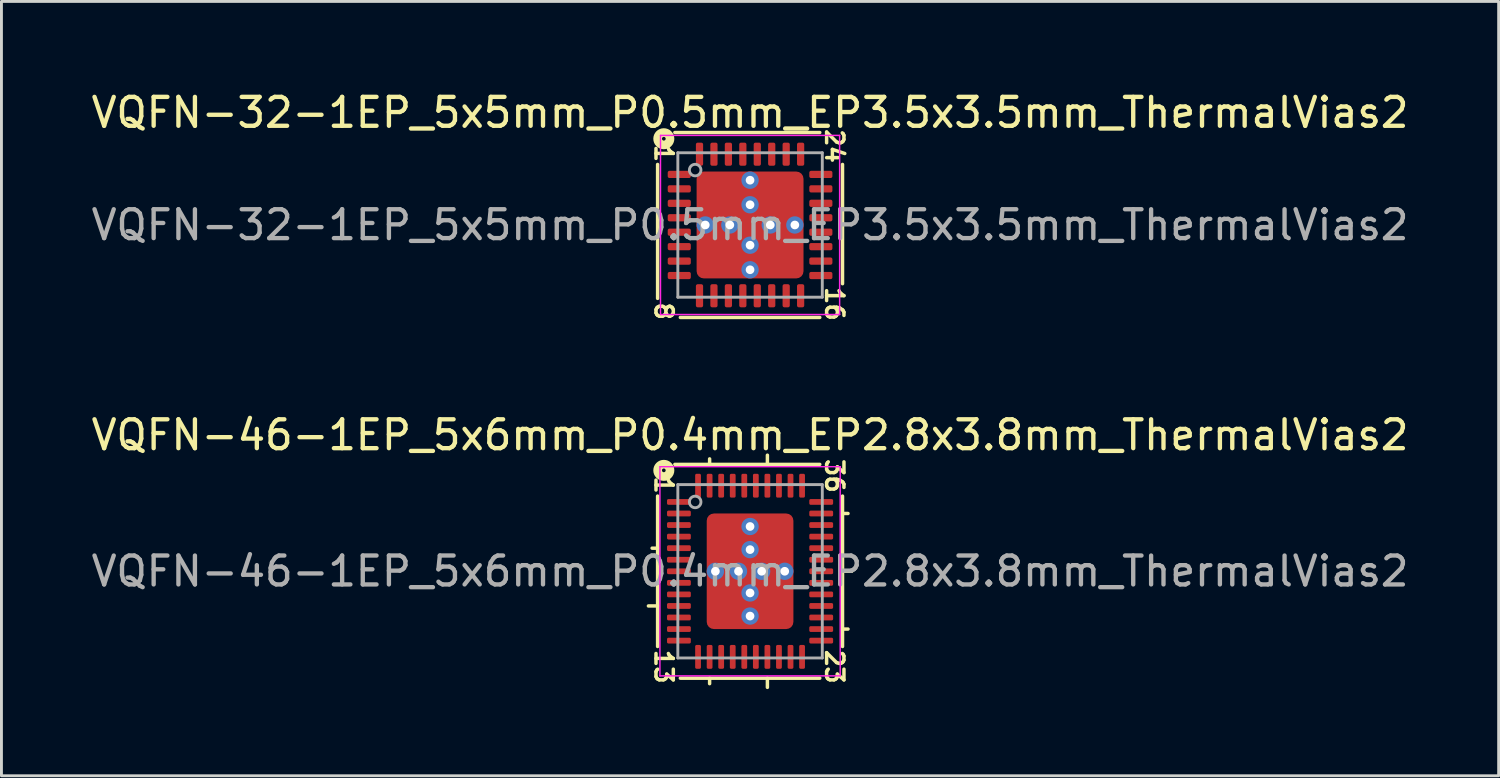
<source format=kicad_pcb>
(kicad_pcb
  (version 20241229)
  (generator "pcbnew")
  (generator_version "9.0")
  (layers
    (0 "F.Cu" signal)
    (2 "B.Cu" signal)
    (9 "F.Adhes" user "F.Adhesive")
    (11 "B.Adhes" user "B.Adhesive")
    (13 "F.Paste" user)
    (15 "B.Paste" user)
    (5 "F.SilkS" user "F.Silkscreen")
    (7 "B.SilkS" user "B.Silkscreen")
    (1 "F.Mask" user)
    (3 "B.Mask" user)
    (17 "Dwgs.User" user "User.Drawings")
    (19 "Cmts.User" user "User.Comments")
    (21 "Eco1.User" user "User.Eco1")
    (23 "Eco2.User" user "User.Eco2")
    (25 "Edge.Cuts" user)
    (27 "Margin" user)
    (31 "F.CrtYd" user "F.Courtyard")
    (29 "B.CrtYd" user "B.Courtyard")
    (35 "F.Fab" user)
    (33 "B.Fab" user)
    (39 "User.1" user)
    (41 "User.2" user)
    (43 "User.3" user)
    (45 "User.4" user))
  (footprint "VQFN-32-1EP_5x5mm_P0.5mm_EP3.5x3.5mm_ThermalVias2"
    (layer "F.Cu")
    (at 22.911 4.737)
    (property "Reference" "VQFN-32-1EP_5x5mm_P0.5mm_EP3.5x3.5mm_ThermalVias2" (at 0 -3.889 0) (layer "F.SilkS") (effects (font (size 1 1) (thickness 0.15))))
    (attr smd)
    (fp_line (start -3.2 -2.095) (end -3.2 2.54) (stroke (width 0.12) (type solid)) (layer "F.SilkS"))
    (fp_line (start -2.413 3.2) (end 2.413 3.2) (stroke (width 0.12) (type solid)) (layer "F.SilkS"))
    (fp_line (start 2.413 -3.2) (end -2.603 -3.2) (stroke (width 0.12) (type solid)) (layer "F.SilkS"))
    (fp_line (start 3.2 2.032) (end 3.2 -2.095) (stroke (width 0.12) (type solid)) (layer "F.SilkS"))
    (fp_circle (center -2.985 -2.985) (end -2.921 -2.985) (stroke (width 0.3) (type solid)) (fill no) (layer "F.SilkS"))
    (fp_line (start -3.1 -3.1) (end -3.1 3.1) (stroke (width 0.05) (type solid)) (layer "F.CrtYd"))
    (fp_line (start -3.1 3.1) (end 3.1 3.1) (stroke (width 0.05) (type solid)) (layer "F.CrtYd"))
    (fp_line (start 3.1 -3.1) (end -3.1 -3.1) (stroke (width 0.05) (type solid)) (layer "F.CrtYd"))
    (fp_line (start 3.1 3.1) (end 3.1 -3.1) (stroke (width 0.05) (type solid)) (layer "F.CrtYd"))
    (fp_line (start -2.5 -2.5) (end 2.5 -2.5) (stroke (width 0.1) (type solid)) (layer "F.Fab"))
    (fp_line (start -2.5 2.5) (end -2.5 -2.5) (stroke (width 0.1) (type solid)) (layer "F.Fab"))
    (fp_line (start 2.5 -2.5) (end 2.5 2.5) (stroke (width 0.1) (type solid)) (layer "F.Fab"))
    (fp_line (start 2.5 2.5) (end -2.5 2.5) (stroke (width 0.1) (type solid)) (layer "F.Fab"))
    (fp_circle (center -1.9 -1.9) (end -1.7 -1.9) (stroke (width 0.1) (type solid)) (fill no) (layer "F.Fab"))
    (fp_text user "16" (at 2.921 2.731 270) (unlocked yes) (layer "F.SilkS") (effects (font (size 0.6 0.6) (thickness 0.12))))
    (fp_text user "24" (at 2.921 -2.731 270) (unlocked yes) (layer "F.SilkS") (effects (font (size 0.6 0.6) (thickness 0.12))))
    (fp_text user "8" (at -2.985 2.985 270) (unlocked yes) (layer "F.SilkS") (effects (font (size 0.6 0.6) (thickness 0.12))))
    (fp_text user "1" (at -2.985 -2.477 270) (unlocked yes) (layer "F.SilkS") (effects (font (size 0.6 0.6) (thickness 0.12))))
    (fp_text user "${REFERENCE}" (at 0 0 0) (layer "F.Fab") (effects (font (size 1 1) (thickness 0.15))))
    (pad "" smd roundrect (at -1.375 -1.375) (size 0.5 0.5) (layers "F.Paste") (roundrect_rratio 0.25))
    (pad "" smd roundrect (at -1.375 -0.675) (size 0.5 0.5) (layers "F.Paste") (roundrect_rratio 0.25))
    (pad "" smd roundrect (at -1.375 0.675) (size 0.5 0.5) (layers "F.Paste") (roundrect_rratio 0.25))
    (pad "" smd roundrect (at -1.375 1.375) (size 0.5 0.5) (layers "F.Paste") (roundrect_rratio 0.25))
    (pad "" smd roundrect (at -1.025 -1.025 90) (size 1.45 1.45) (layers "F.Mask") (roundrect_rratio 0.172))
    (pad "" smd roundrect (at -1.025 1.025 90) (size 1.45 1.45) (layers "F.Mask") (roundrect_rratio 0.172))
    (pad "" smd roundrect (at -0.675 -1.375) (size 0.5 0.5) (layers "F.Paste") (roundrect_rratio 0.25))
    (pad "" smd roundrect (at -0.675 -0.675) (size 0.5 0.5) (layers "F.Paste") (roundrect_rratio 0.25))
    (pad "" smd roundrect (at -0.675 0.675) (size 0.5 0.5) (layers "F.Paste") (roundrect_rratio 0.25))
    (pad "" smd roundrect (at -0.675 1.375) (size 0.5 0.5) (layers "F.Paste") (roundrect_rratio 0.25))
    (pad "" smd roundrect (at 0.675 -1.375) (size 0.5 0.5) (layers "F.Paste") (roundrect_rratio 0.25))
    (pad "" smd roundrect (at 0.675 -0.675) (size 0.5 0.5) (layers "F.Paste") (roundrect_rratio 0.25))
    (pad "" smd roundrect (at 0.675 0.675) (size 0.5 0.5) (layers "F.Paste") (roundrect_rratio 0.25))
    (pad "" smd roundrect (at 0.675 1.375) (size 0.5 0.5) (layers "F.Paste") (roundrect_rratio 0.25))
    (pad "" smd roundrect (at 1.025 -1.025 90) (size 1.45 1.45) (layers "F.Mask") (roundrect_rratio 0.172))
    (pad "" smd roundrect (at 1.025 1.025 90) (size 1.45 1.45) (layers "F.Mask") (roundrect_rratio 0.172))
    (pad "" smd roundrect (at 1.375 -1.375) (size 0.5 0.5) (layers "F.Paste") (roundrect_rratio 0.25))
    (pad "" smd roundrect (at 1.375 -0.675) (size 0.5 0.5) (layers "F.Paste") (roundrect_rratio 0.25))
    (pad "" smd roundrect (at 1.375 0.675) (size 0.5 0.5) (layers "F.Paste") (roundrect_rratio 0.25))
    (pad "" smd roundrect (at 1.375 1.375) (size 0.5 0.5) (layers "F.Paste") (roundrect_rratio 0.25))
    (pad "1" smd roundrect (at -2.45 -1.75) (size 0.8 0.25) (layers "F.Cu" "F.Mask" "F.Paste") (roundrect_rratio 0.25))
    (pad "2" smd roundrect (at -2.45 -1.25) (size 0.8 0.25) (layers "F.Cu" "F.Mask" "F.Paste") (roundrect_rratio 0.25))
    (pad "3" smd roundrect (at -2.45 -0.75) (size 0.8 0.25) (layers "F.Cu" "F.Mask" "F.Paste") (roundrect_rratio 0.25))
    (pad "4" smd roundrect (at -2.45 -0.25) (size 0.8 0.25) (layers "F.Cu" "F.Mask" "F.Paste") (roundrect_rratio 0.25))
    (pad "5" smd roundrect (at -2.45 0.25) (size 0.8 0.25) (layers "F.Cu" "F.Mask" "F.Paste") (roundrect_rratio 0.25))
    (pad "6" smd roundrect (at -2.45 0.75) (size 0.8 0.25) (layers "F.Cu" "F.Mask" "F.Paste") (roundrect_rratio 0.25))
    (pad "7" smd roundrect (at -2.45 1.25) (size 0.8 0.25) (layers "F.Cu" "F.Mask" "F.Paste") (roundrect_rratio 0.25))
    (pad "8" smd roundrect (at -2.45 1.75) (size 0.8 0.25) (layers "F.Cu" "F.Mask" "F.Paste") (roundrect_rratio 0.25))
    (pad "9" smd roundrect (at -1.75 2.45) (size 0.25 0.8) (layers "F.Cu" "F.Mask" "F.Paste") (roundrect_rratio 0.25))
    (pad "10" smd roundrect (at -1.25 2.45) (size 0.25 0.8) (layers "F.Cu" "F.Mask" "F.Paste") (roundrect_rratio 0.25))
    (pad "11" smd roundrect (at -0.75 2.45) (size 0.25 0.8) (layers "F.Cu" "F.Mask" "F.Paste") (roundrect_rratio 0.25))
    (pad "12" smd roundrect (at -0.25 2.45) (size 0.25 0.8) (layers "F.Cu" "F.Mask" "F.Paste") (roundrect_rratio 0.25))
    (pad "13" smd roundrect (at 0.25 2.45) (size 0.25 0.8) (layers "F.Cu" "F.Mask" "F.Paste") (roundrect_rratio 0.25))
    (pad "14" smd roundrect (at 0.75 2.45) (size 0.25 0.8) (layers "F.Cu" "F.Mask" "F.Paste") (roundrect_rratio 0.25))
    (pad "15" smd roundrect (at 1.25 2.45) (size 0.25 0.8) (layers "F.Cu" "F.Mask" "F.Paste") (roundrect_rratio 0.25))
    (pad "16" smd roundrect (at 1.75 2.45) (size 0.25 0.8) (layers "F.Cu" "F.Mask" "F.Paste") (roundrect_rratio 0.25))
    (pad "17" smd roundrect (at 2.45 1.75) (size 0.8 0.25) (layers "F.Cu" "F.Mask" "F.Paste") (roundrect_rratio 0.25))
    (pad "18" smd roundrect (at 2.45 1.25) (size 0.8 0.25) (layers "F.Cu" "F.Mask" "F.Paste") (roundrect_rratio 0.25))
    (pad "19" smd roundrect (at 2.45 0.75) (size 0.8 0.25) (layers "F.Cu" "F.Mask" "F.Paste") (roundrect_rratio 0.25))
    (pad "20" smd roundrect (at 2.45 0.25) (size 0.8 0.25) (layers "F.Cu" "F.Mask" "F.Paste") (roundrect_rratio 0.25))
    (pad "21" smd roundrect (at 2.45 -0.25) (size 0.8 0.25) (layers "F.Cu" "F.Mask" "F.Paste") (roundrect_rratio 0.25))
    (pad "22" smd roundrect (at 2.45 -0.75) (size 0.8 0.25) (layers "F.Cu" "F.Mask" "F.Paste") (roundrect_rratio 0.25))
    (pad "23" smd roundrect (at 2.45 -1.25) (size 0.8 0.25) (layers "F.Cu" "F.Mask" "F.Paste") (roundrect_rratio 0.25))
    (pad "24" smd roundrect (at 2.45 -1.75) (size 0.8 0.25) (layers "F.Cu" "F.Mask" "F.Paste") (roundrect_rratio 0.25))
    (pad "25" smd roundrect (at 1.75 -2.45) (size 0.25 0.8) (layers "F.Cu" "F.Mask" "F.Paste") (roundrect_rratio 0.25))
    (pad "26" smd roundrect (at 1.25 -2.45) (size 0.25 0.8) (layers "F.Cu" "F.Mask" "F.Paste") (roundrect_rratio 0.25))
    (pad "27" smd roundrect (at 0.75 -2.45) (size 0.25 0.8) (layers "F.Cu" "F.Mask" "F.Paste") (roundrect_rratio 0.25))
    (pad "28" smd roundrect (at 0.25 -2.45) (size 0.25 0.8) (layers "F.Cu" "F.Mask" "F.Paste") (roundrect_rratio 0.25))
    (pad "29" smd roundrect (at -0.25 -2.45) (size 0.25 0.8) (layers "F.Cu" "F.Mask" "F.Paste") (roundrect_rratio 0.25))
    (pad "30" smd roundrect (at -0.75 -2.45) (size 0.25 0.8) (layers "F.Cu" "F.Mask" "F.Paste") (roundrect_rratio 0.25))
    (pad "31" smd roundrect (at -1.25 -2.45) (size 0.25 0.8) (layers "F.Cu" "F.Mask" "F.Paste") (roundrect_rratio 0.25))
    (pad "32" smd roundrect (at -1.75 -2.45) (size 0.25 0.8) (layers "F.Cu" "F.Mask" "F.Paste") (roundrect_rratio 0.25))
    (pad "33" thru_hole circle (at -1.55 0 270) (size 0.6 0.6) (drill 0.3) (property pad_prop_heatsink) (layers "*.Cu" "*.Mask"))
    (pad "33" thru_hole circle (at -0.7 0 270) (size 0.6 0.6) (drill 0.3) (property pad_prop_heatsink) (layers "*.Cu" "*.Mask"))
    (pad "33" thru_hole circle (at 0 -1.55 180) (size 0.6 0.6) (drill 0.3) (property pad_prop_heatsink) (layers "*.Cu" "*.Mask"))
    (pad "33" thru_hole circle (at 0 -0.7 180) (size 0.6 0.6) (drill 0.3) (property pad_prop_heatsink) (layers "*.Cu" "*.Mask"))
    (pad "33" smd roundrect (at 0 0) (size 3.7 3.7) (layers "F.Cu") (roundrect_rratio 0.068))
    (pad "33" thru_hole circle (at 0 0.7 180) (size 0.6 0.6) (drill 0.3) (property pad_prop_heatsink) (layers "*.Cu" "*.Mask"))
    (pad "33" thru_hole circle (at 0 1.55 180) (size 0.6 0.6) (drill 0.3) (property pad_prop_heatsink) (layers "*.Cu" "*.Mask"))
    (pad "33" thru_hole circle (at 0.7 0 90) (size 0.6 0.6) (drill 0.3) (property pad_prop_heatsink) (layers "*.Cu" "*.Mask"))
    (pad "33" thru_hole circle (at 1.55 0 90) (size 0.6 0.6) (drill 0.3) (property pad_prop_heatsink) (layers "*.Cu" "*.Mask")))
  (footprint "VQFN-46-1EP_5x6mm_P0.4mm_EP2.8x3.8mm_ThermalVias2"
    (layer "F.Cu")
    (at 22.911 16.723)
    (property "Reference" "VQFN-46-1EP_5x6mm_P0.4mm_EP2.8x3.8mm_ThermalVias2" (at 0 -4.716 0) (layer "F.SilkS") (effects (font (size 1 1) (thickness 0.15))))
    (attr smd)
    (fp_line (start -3.2 -2.603) (end -3.2 2.603) (stroke (width 0.12) (type solid)) (layer "F.SilkS"))
    (fp_line (start -3.2 -0.8) (end -3.39 -0.8) (stroke (width 0.12) (type solid)) (layer "F.SilkS"))
    (fp_line (start -3.2 1.2) (end -3.518 1.2) (stroke (width 0.12) (type solid)) (layer "F.SilkS"))
    (fp_line (start -2.413 3.7) (end 2.413 3.7) (stroke (width 0.12) (type solid)) (layer "F.SilkS"))
    (fp_line (start -1.4 -3.7) (end -1.4 -3.89) (stroke (width 0.12) (type solid)) (layer "F.SilkS"))
    (fp_line (start -1.4 3.7) (end -1.4 3.89) (stroke (width 0.12) (type solid)) (layer "F.SilkS"))
    (fp_line (start 0.6 -3.7) (end 0.6 -4.018) (stroke (width 0.12) (type solid)) (layer "F.SilkS"))
    (fp_line (start 0.6 3.7) (end 0.6 4.018) (stroke (width 0.12) (type solid)) (layer "F.SilkS"))
    (fp_line (start 2.413 -3.7) (end -2.603 -3.7) (stroke (width 0.12) (type solid)) (layer "F.SilkS"))
    (fp_line (start 3.2 -2) (end 3.39 -2) (stroke (width 0.12) (type solid)) (layer "F.SilkS"))
    (fp_line (start 3.2 0) (end 3.518 0) (stroke (width 0.12) (type solid)) (layer "F.SilkS"))
    (fp_line (start 3.2 2) (end 3.39 2) (stroke (width 0.12) (type solid)) (layer "F.SilkS"))
    (fp_line (start 3.2 2.603) (end 3.2 -2.603) (stroke (width 0.12) (type solid)) (layer "F.SilkS"))
    (fp_circle (center -2.985 -3.493) (end -2.921 -3.493) (stroke (width 0.3) (type solid)) (fill no) (layer "F.SilkS"))
    (fp_line (start -3.12 -3.62) (end -3.12 3.62) (stroke (width 0.05) (type solid)) (layer "F.CrtYd"))
    (fp_line (start -3.12 3.62) (end 3.12 3.62) (stroke (width 0.05) (type solid)) (layer "F.CrtYd"))
    (fp_line (start 3.12 -3.62) (end -3.12 -3.62) (stroke (width 0.05) (type solid)) (layer "F.CrtYd"))
    (fp_line (start 3.12 3.62) (end 3.12 -3.62) (stroke (width 0.05) (type solid)) (layer "F.CrtYd"))
    (fp_line (start -2.5 -3) (end 2.5 -3) (stroke (width 0.1) (type solid)) (layer "F.Fab"))
    (fp_line (start -2.5 3) (end -2.5 -3) (stroke (width 0.1) (type solid)) (layer "F.Fab"))
    (fp_line (start 2.5 -3) (end 2.5 3) (stroke (width 0.1) (type solid)) (layer "F.Fab"))
    (fp_line (start 2.5 3) (end -2.5 3) (stroke (width 0.1) (type solid)) (layer "F.Fab"))
    (fp_circle (center -1.9 -2.4) (end -1.7 -2.4) (stroke (width 0.1) (type solid)) (fill no) (layer "F.Fab"))
    (fp_text user "23" (at 2.921 3.302 270) (unlocked yes) (layer "F.SilkS") (effects (font (size 0.6 0.6) (thickness 0.12))))
    (fp_text user "13" (at -2.985 3.302 270) (unlocked yes) (layer "F.SilkS") (effects (font (size 0.6 0.6) (thickness 0.12))))
    (fp_text user "1" (at -2.985 -2.985 270) (unlocked yes) (layer "F.SilkS") (effects (font (size 0.6 0.6) (thickness 0.12))))
    (fp_text user "36" (at 2.921 -3.302 270) (unlocked yes) (layer "F.SilkS") (effects (font (size 0.6 0.6) (thickness 0.12))))
    (fp_text user "${REFERENCE}" (at 0 0 0) (layer "F.Fab") (effects (font (size 1 1) (thickness 0.15))))
    (pad "" smd roundrect (at -0.85 -1.475) (size 0.8 0.55) (layers "F.Paste") (roundrect_rratio 0.25))
    (pad "" smd roundrect (at -0.85 -1.1 90) (size 1.6 1.1) (layers "F.Mask") (roundrect_rratio 0.227))
    (pad "" smd roundrect (at -0.85 -0.725) (size 0.8 0.55) (layers "F.Paste") (roundrect_rratio 0.25))
    (pad "" smd roundrect (at -0.85 0.725) (size 0.8 0.55) (layers "F.Paste") (roundrect_rratio 0.25))
    (pad "" smd roundrect (at -0.85 1.1 90) (size 1.6 1.1) (layers "F.Mask") (roundrect_rratio 0.227))
    (pad "" smd roundrect (at -0.85 1.475) (size 0.8 0.55) (layers "F.Paste") (roundrect_rratio 0.25))
    (pad "" smd roundrect (at 0.85 -1.475) (size 0.8 0.55) (layers "F.Paste") (roundrect_rratio 0.25))
    (pad "" smd roundrect (at 0.85 -1.1 270) (size 1.6 1.1) (layers "F.Mask") (roundrect_rratio 0.227))
    (pad "" smd roundrect (at 0.85 -0.725) (size 0.8 0.55) (layers "F.Paste") (roundrect_rratio 0.25))
    (pad "" smd roundrect (at 0.85 0.725) (size 0.8 0.55) (layers "F.Paste") (roundrect_rratio 0.25))
    (pad "" smd roundrect (at 0.85 1.1 90) (size 1.6 1.1) (layers "F.Mask") (roundrect_rratio 0.227))
    (pad "" smd roundrect (at 0.85 1.475) (size 0.8 0.55) (layers "F.Paste") (roundrect_rratio 0.25))
    (pad "1" smd roundrect (at -2.462 -2.4) (size 0.825 0.2) (layers "F.Cu" "F.Mask" "F.Paste") (roundrect_rratio 0.25))
    (pad "2" smd roundrect (at -2.462 -2) (size 0.825 0.2) (layers "F.Cu" "F.Mask" "F.Paste") (roundrect_rratio 0.25))
    (pad "3" smd roundrect (at -2.462 -1.6) (size 0.825 0.2) (layers "F.Cu" "F.Mask" "F.Paste") (roundrect_rratio 0.25))
    (pad "4" smd roundrect (at -2.462 -1.2) (size 0.825 0.2) (layers "F.Cu" "F.Mask" "F.Paste") (roundrect_rratio 0.25))
    (pad "5" smd roundrect (at -2.462 -0.8) (size 0.825 0.2) (layers "F.Cu" "F.Mask" "F.Paste") (roundrect_rratio 0.25))
    (pad "6" smd roundrect (at -2.462 -0.4) (size 0.825 0.2) (layers "F.Cu" "F.Mask" "F.Paste") (roundrect_rratio 0.25))
    (pad "7" smd roundrect (at -2.462 0) (size 0.825 0.2) (layers "F.Cu" "F.Mask" "F.Paste") (roundrect_rratio 0.25))
    (pad "8" smd roundrect (at -2.462 0.4) (size 0.825 0.2) (layers "F.Cu" "F.Mask" "F.Paste") (roundrect_rratio 0.25))
    (pad "9" smd roundrect (at -2.462 0.8) (size 0.825 0.2) (layers "F.Cu" "F.Mask" "F.Paste") (roundrect_rratio 0.25))
    (pad "10" smd roundrect (at -2.462 1.2) (size 0.825 0.2) (layers "F.Cu" "F.Mask" "F.Paste") (roundrect_rratio 0.25))
    (pad "11" smd roundrect (at -2.462 1.6) (size 0.825 0.2) (layers "F.Cu" "F.Mask" "F.Paste") (roundrect_rratio 0.25))
    (pad "12" smd roundrect (at -2.462 2) (size 0.825 0.2) (layers "F.Cu" "F.Mask" "F.Paste") (roundrect_rratio 0.25))
    (pad "13" smd roundrect (at -2.462 2.4) (size 0.825 0.2) (layers "F.Cu" "F.Mask" "F.Paste") (roundrect_rratio 0.25))
    (pad "14" smd roundrect (at -1.8 2.962) (size 0.2 0.825) (layers "F.Cu" "F.Mask" "F.Paste") (roundrect_rratio 0.25))
    (pad "15" smd roundrect (at -1.4 2.962) (size 0.2 0.825) (layers "F.Cu" "F.Mask" "F.Paste") (roundrect_rratio 0.25))
    (pad "16" smd roundrect (at -1 2.962) (size 0.2 0.825) (layers "F.Cu" "F.Mask" "F.Paste") (roundrect_rratio 0.25))
    (pad "17" smd roundrect (at -0.6 2.962) (size 0.2 0.825) (layers "F.Cu" "F.Mask" "F.Paste") (roundrect_rratio 0.25))
    (pad "18" smd roundrect (at -0.2 2.962) (size 0.2 0.825) (layers "F.Cu" "F.Mask" "F.Paste") (roundrect_rratio 0.25))
    (pad "19" smd roundrect (at 0.2 2.962) (size 0.2 0.825) (layers "F.Cu" "F.Mask" "F.Paste") (roundrect_rratio 0.25))
    (pad "20" smd roundrect (at 0.6 2.962) (size 0.2 0.825) (layers "F.Cu" "F.Mask" "F.Paste") (roundrect_rratio 0.25))
    (pad "21" smd roundrect (at 1 2.962) (size 0.2 0.825) (layers "F.Cu" "F.Mask" "F.Paste") (roundrect_rratio 0.25))
    (pad "22" smd roundrect (at 1.4 2.962) (size 0.2 0.825) (layers "F.Cu" "F.Mask" "F.Paste") (roundrect_rratio 0.25))
    (pad "23" smd roundrect (at 1.8 2.962) (size 0.2 0.825) (layers "F.Cu" "F.Mask" "F.Paste") (roundrect_rratio 0.25))
    (pad "24" smd roundrect (at 2.462 2.4) (size 0.825 0.2) (layers "F.Cu" "F.Mask" "F.Paste") (roundrect_rratio 0.25))
    (pad "25" smd roundrect (at 2.462 2) (size 0.825 0.2) (layers "F.Cu" "F.Mask" "F.Paste") (roundrect_rratio 0.25))
    (pad "26" smd roundrect (at 2.462 1.6) (size 0.825 0.2) (layers "F.Cu" "F.Mask" "F.Paste") (roundrect_rratio 0.25))
    (pad "27" smd roundrect (at 2.462 1.2) (size 0.825 0.2) (layers "F.Cu" "F.Mask" "F.Paste") (roundrect_rratio 0.25))
    (pad "28" smd roundrect (at 2.462 0.8) (size 0.825 0.2) (layers "F.Cu" "F.Mask" "F.Paste") (roundrect_rratio 0.25))
    (pad "29" smd roundrect (at 2.462 0.4) (size 0.825 0.2) (layers "F.Cu" "F.Mask" "F.Paste") (roundrect_rratio 0.25))
    (pad "30" smd roundrect (at 2.462 0) (size 0.825 0.2) (layers "F.Cu" "F.Mask" "F.Paste") (roundrect_rratio 0.25))
    (pad "31" smd roundrect (at 2.462 -0.4) (size 0.825 0.2) (layers "F.Cu" "F.Mask" "F.Paste") (roundrect_rratio 0.25))
    (pad "32" smd roundrect (at 2.462 -0.8) (size 0.825 0.2) (layers "F.Cu" "F.Mask" "F.Paste") (roundrect_rratio 0.25))
    (pad "33" smd roundrect (at 2.462 -1.2) (size 0.825 0.2) (layers "F.Cu" "F.Mask" "F.Paste") (roundrect_rratio 0.25))
    (pad "34" smd roundrect (at 2.462 -1.6) (size 0.825 0.2) (layers "F.Cu" "F.Mask" "F.Paste") (roundrect_rratio 0.25))
    (pad "35" smd roundrect (at 2.462 -2) (size 0.825 0.2) (layers "F.Cu" "F.Mask" "F.Paste") (roundrect_rratio 0.25))
    (pad "36" smd roundrect (at 2.462 -2.4) (size 0.825 0.2) (layers "F.Cu" "F.Mask" "F.Paste") (roundrect_rratio 0.25))
    (pad "37" smd roundrect (at 1.8 -2.962) (size 0.2 0.825) (layers "F.Cu" "F.Mask" "F.Paste") (roundrect_rratio 0.25))
    (pad "38" smd roundrect (at 1.4 -2.962) (size 0.2 0.825) (layers "F.Cu" "F.Mask" "F.Paste") (roundrect_rratio 0.25))
    (pad "39" smd roundrect (at 1 -2.962) (size 0.2 0.825) (layers "F.Cu" "F.Mask" "F.Paste") (roundrect_rratio 0.25))
    (pad "40" smd roundrect (at 0.6 -2.962) (size 0.2 0.825) (layers "F.Cu" "F.Mask" "F.Paste") (roundrect_rratio 0.25))
    (pad "41" smd roundrect (at 0.2 -2.962) (size 0.2 0.825) (layers "F.Cu" "F.Mask" "F.Paste") (roundrect_rratio 0.25))
    (pad "42" smd roundrect (at -0.2 -2.962) (size 0.2 0.825) (layers "F.Cu" "F.Mask" "F.Paste") (roundrect_rratio 0.25))
    (pad "43" smd roundrect (at -0.6 -2.962) (size 0.2 0.825) (layers "F.Cu" "F.Mask" "F.Paste") (roundrect_rratio 0.25))
    (pad "44" smd roundrect (at -1 -2.962) (size 0.2 0.825) (layers "F.Cu" "F.Mask" "F.Paste") (roundrect_rratio 0.25))
    (pad "45" smd roundrect (at -1.4 -2.962) (size 0.2 0.825) (layers "F.Cu" "F.Mask" "F.Paste") (roundrect_rratio 0.25))
    (pad "46" smd roundrect (at -1.8 -2.962) (size 0.2 0.825) (layers "F.Cu" "F.Mask" "F.Paste") (roundrect_rratio 0.25))
    (pad "47" thru_hole circle (at -1.2 0) (size 0.6 0.6) (drill 0.3) (property pad_prop_heatsink) (layers "*.Cu" "*.Mask"))
    (pad "47" thru_hole circle (at -0.4 0) (size 0.6 0.6) (drill 0.3) (property pad_prop_heatsink) (layers "*.Cu" "*.Mask"))
    (pad "47" thru_hole circle (at 0 -1.55) (size 0.6 0.6) (drill 0.3) (property pad_prop_heatsink) (layers "*.Cu" "*.Mask"))
    (pad "47" thru_hole circle (at 0 -0.75) (size 0.6 0.6) (drill 0.3) (property pad_prop_heatsink) (layers "*.Cu" "*.Mask"))
    (pad "47" smd roundrect (at 0 0) (size 3 4) (layers "F.Cu") (roundrect_rratio 0.083))
    (pad "47" thru_hole circle (at 0 0.75) (size 0.6 0.6) (drill 0.3) (property pad_prop_heatsink) (layers "*.Cu" "*.Mask"))
    (pad "47" thru_hole circle (at 0 1.55) (size 0.6 0.6) (drill 0.3) (property pad_prop_heatsink) (layers "*.Cu" "*.Mask"))
    (pad "47" thru_hole circle (at 0.4 0) (size 0.6 0.6) (drill 0.3) (property pad_prop_heatsink) (layers "*.Cu" "*.Mask"))
    (pad "47" thru_hole circle (at 1.2 0) (size 0.6 0.6) (drill 0.3) (property pad_prop_heatsink) (layers "*.Cu" "*.Mask")))
  (gr_rect
    (start -3 -3)
    (end 48.821 23.8)
    (stroke (width 0.1) (type default))
    (fill no)
    (layer "Edge.Cuts")))
</source>
